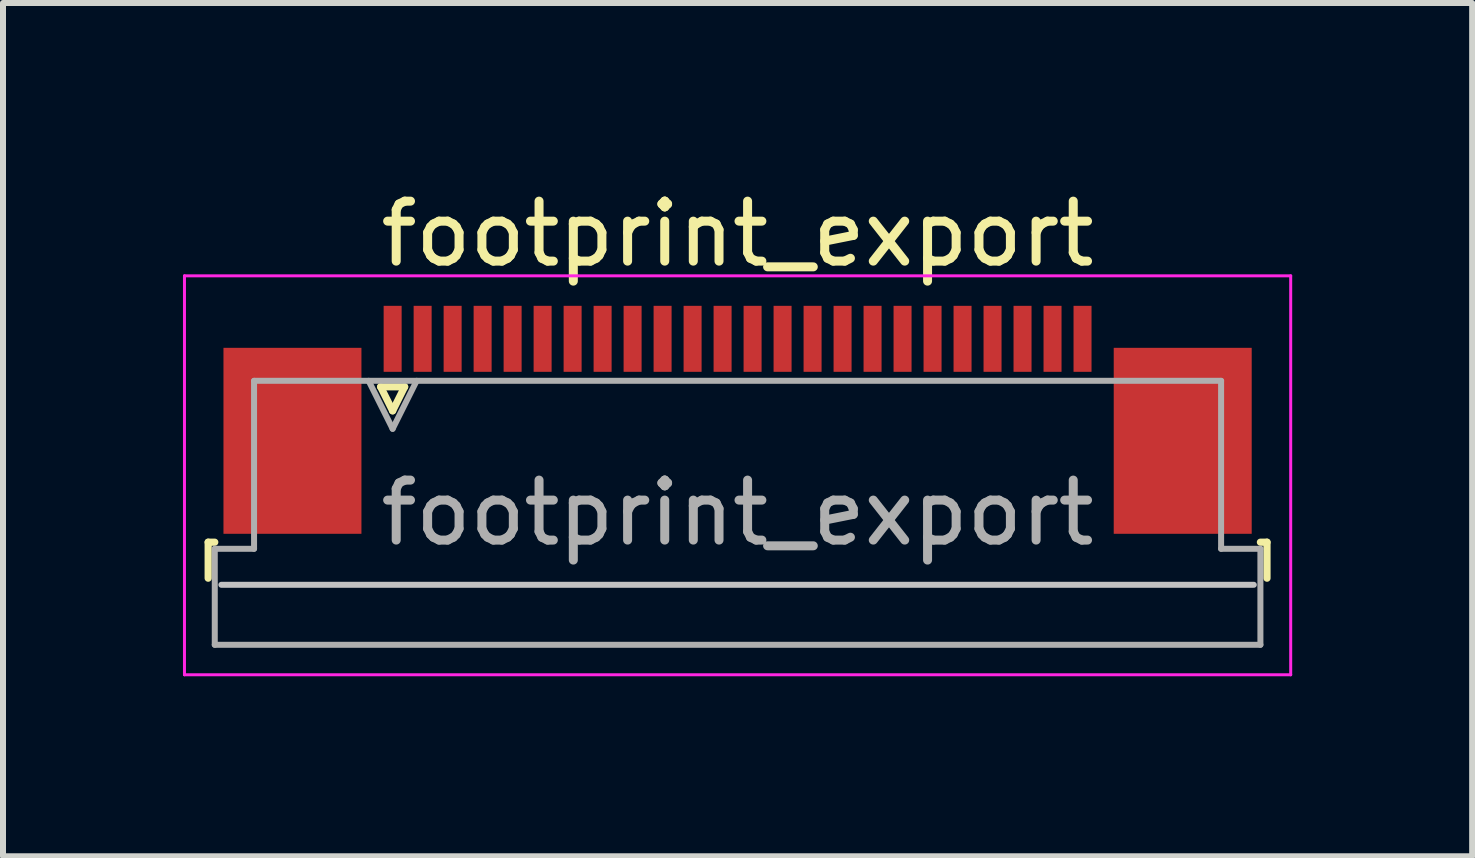
<source format=kicad_pcb>
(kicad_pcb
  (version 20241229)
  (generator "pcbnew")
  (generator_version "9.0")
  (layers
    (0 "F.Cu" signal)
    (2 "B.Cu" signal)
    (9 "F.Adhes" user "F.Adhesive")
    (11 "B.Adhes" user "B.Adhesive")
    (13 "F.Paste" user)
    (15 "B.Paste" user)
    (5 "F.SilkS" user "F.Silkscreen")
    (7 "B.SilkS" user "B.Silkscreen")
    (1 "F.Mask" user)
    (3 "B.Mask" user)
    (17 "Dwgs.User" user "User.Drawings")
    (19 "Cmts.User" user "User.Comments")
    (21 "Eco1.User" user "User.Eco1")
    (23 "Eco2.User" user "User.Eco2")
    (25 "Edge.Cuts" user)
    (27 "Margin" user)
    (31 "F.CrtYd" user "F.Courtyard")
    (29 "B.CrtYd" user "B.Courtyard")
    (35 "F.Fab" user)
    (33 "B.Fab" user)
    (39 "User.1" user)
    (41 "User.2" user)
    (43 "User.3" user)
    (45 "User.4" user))
  (footprint "footprint_export"
    (layer "F.Cu")
    (at 9.245 3.948)
    (property "Reference" "footprint_export" (at 0 -3.1 0) (layer "F.SilkS") (effects (font (size 1 1) (thickness 0.15))))
    (attr smd)
    (fp_line (start -8.825 2.04) (end -8.825 2.64) (stroke (width 0.12) (type solid)) (layer "F.SilkS"))
    (fp_line (start -8.715 2.04) (end -8.825 2.04) (stroke (width 0.12) (type solid)) (layer "F.SilkS"))
    (fp_line (start -5.95 -0.55) (end -5.75 -0.15) (stroke (width 0.12) (type solid)) (layer "F.SilkS"))
    (fp_line (start -5.75 -0.15) (end -5.55 -0.55) (stroke (width 0.12) (type solid)) (layer "F.SilkS"))
    (fp_line (start -5.55 -0.55) (end -5.95 -0.55) (stroke (width 0.12) (type solid)) (layer "F.SilkS"))
    (fp_line (start 8.715 2.04) (end 8.825 2.04) (stroke (width 0.12) (type solid)) (layer "F.SilkS"))
    (fp_line (start 8.825 2.04) (end 8.825 2.64) (stroke (width 0.12) (type solid)) (layer "F.SilkS"))
    (fp_line (start 8.605 2.75) (end -8.605 2.75) (stroke (width 0.1) (type solid)) (layer "Dwgs.User"))
    (fp_line (start -9.22 -2.4) (end -9.22 4.25) (stroke (width 0.05) (type solid)) (layer "F.CrtYd"))
    (fp_line (start -9.22 4.25) (end 9.22 4.25) (stroke (width 0.05) (type solid)) (layer "F.CrtYd"))
    (fp_line (start 9.22 -2.4) (end -9.22 -2.4) (stroke (width 0.05) (type solid)) (layer "F.CrtYd"))
    (fp_line (start 9.22 4.25) (end 9.22 -2.4) (stroke (width 0.05) (type solid)) (layer "F.CrtYd"))
    (fp_line (start -8.715 2.15) (end -8.06 2.15) (stroke (width 0.1) (type solid)) (layer "F.Fab"))
    (fp_line (start -8.715 3.75) (end -8.715 2.15) (stroke (width 0.1) (type solid)) (layer "F.Fab"))
    (fp_line (start -8.06 -0.65) (end 8.06 -0.65) (stroke (width 0.1) (type solid)) (layer "F.Fab"))
    (fp_line (start -8.06 2.15) (end -8.06 -0.65) (stroke (width 0.1) (type solid)) (layer "F.Fab"))
    (fp_line (start -6.15 -0.65) (end -5.75 0.15) (stroke (width 0.1) (type solid)) (layer "F.Fab"))
    (fp_line (start -5.75 0.15) (end -5.35 -0.65) (stroke (width 0.1) (type solid)) (layer "F.Fab"))
    (fp_line (start 8.06 -0.65) (end 8.06 2.15) (stroke (width 0.1) (type solid)) (layer "F.Fab"))
    (fp_line (start 8.06 2.15) (end 8.715 2.15) (stroke (width 0.1) (type solid)) (layer "F.Fab"))
    (fp_line (start 8.715 2.15) (end 8.715 3.75) (stroke (width 0.1) (type solid)) (layer "F.Fab"))
    (fp_line (start 8.715 3.75) (end -8.715 3.75) (stroke (width 0.1) (type solid)) (layer "F.Fab"))
    (fp_text user "${REFERENCE}" (at 0 1.55 0) (layer "F.Fab") (effects (font (size 1 1) (thickness 0.15))))
    (pad "1" smd rect (at -5.75 -1.35) (size 0.3 1.1) (layers "F.Cu" "F.Mask" "F.Paste"))
    (pad "2" smd rect (at -5.25 -1.35) (size 0.3 1.1) (layers "F.Cu" "F.Mask" "F.Paste"))
    (pad "3" smd rect (at -4.75 -1.35) (size 0.3 1.1) (layers "F.Cu" "F.Mask" "F.Paste"))
    (pad "4" smd rect (at -4.25 -1.35) (size 0.3 1.1) (layers "F.Cu" "F.Mask" "F.Paste"))
    (pad "5" smd rect (at -3.75 -1.35) (size 0.3 1.1) (layers "F.Cu" "F.Mask" "F.Paste"))
    (pad "6" smd rect (at -3.25 -1.35) (size 0.3 1.1) (layers "F.Cu" "F.Mask" "F.Paste"))
    (pad "7" smd rect (at -2.75 -1.35) (size 0.3 1.1) (layers "F.Cu" "F.Mask" "F.Paste"))
    (pad "8" smd rect (at -2.25 -1.35) (size 0.3 1.1) (layers "F.Cu" "F.Mask" "F.Paste"))
    (pad "9" smd rect (at -1.75 -1.35) (size 0.3 1.1) (layers "F.Cu" "F.Mask" "F.Paste"))
    (pad "10" smd rect (at -1.25 -1.35) (size 0.3 1.1) (layers "F.Cu" "F.Mask" "F.Paste"))
    (pad "11" smd rect (at -0.75 -1.35) (size 0.3 1.1) (layers "F.Cu" "F.Mask" "F.Paste"))
    (pad "12" smd rect (at -0.25 -1.35) (size 0.3 1.1) (layers "F.Cu" "F.Mask" "F.Paste"))
    (pad "13" smd rect (at 0.25 -1.35) (size 0.3 1.1) (layers "F.Cu" "F.Mask" "F.Paste"))
    (pad "14" smd rect (at 0.75 -1.35) (size 0.3 1.1) (layers "F.Cu" "F.Mask" "F.Paste"))
    (pad "15" smd rect (at 1.25 -1.35) (size 0.3 1.1) (layers "F.Cu" "F.Mask" "F.Paste"))
    (pad "16" smd rect (at 1.75 -1.35) (size 0.3 1.1) (layers "F.Cu" "F.Mask" "F.Paste"))
    (pad "17" smd rect (at 2.25 -1.35) (size 0.3 1.1) (layers "F.Cu" "F.Mask" "F.Paste"))
    (pad "18" smd rect (at 2.75 -1.35) (size 0.3 1.1) (layers "F.Cu" "F.Mask" "F.Paste"))
    (pad "19" smd rect (at 3.25 -1.35) (size 0.3 1.1) (layers "F.Cu" "F.Mask" "F.Paste"))
    (pad "20" smd rect (at 3.75 -1.35) (size 0.3 1.1) (layers "F.Cu" "F.Mask" "F.Paste"))
    (pad "21" smd rect (at 4.25 -1.35) (size 0.3 1.1) (layers "F.Cu" "F.Mask" "F.Paste"))
    (pad "22" smd rect (at 4.75 -1.35) (size 0.3 1.1) (layers "F.Cu" "F.Mask" "F.Paste"))
    (pad "23" smd rect (at 5.25 -1.35) (size 0.3 1.1) (layers "F.Cu" "F.Mask" "F.Paste"))
    (pad "24" smd rect (at 5.75 -1.35) (size 0.3 1.1) (layers "F.Cu" "F.Mask" "F.Paste"))
    (pad "MP" smd rect (at -7.42 0.35) (size 2.3 3.1) (layers "F.Cu" "F.Mask" "F.Paste"))
    (pad "MP" smd rect (at 7.42 0.35) (size 2.3 3.1) (layers "F.Cu" "F.Mask" "F.Paste")))
  (gr_rect
    (start -3 -3)
    (end 21.49 11.223)
    (stroke (width 0.1) (type default))
    (fill no)
    (layer "Edge.Cuts")))
</source>
